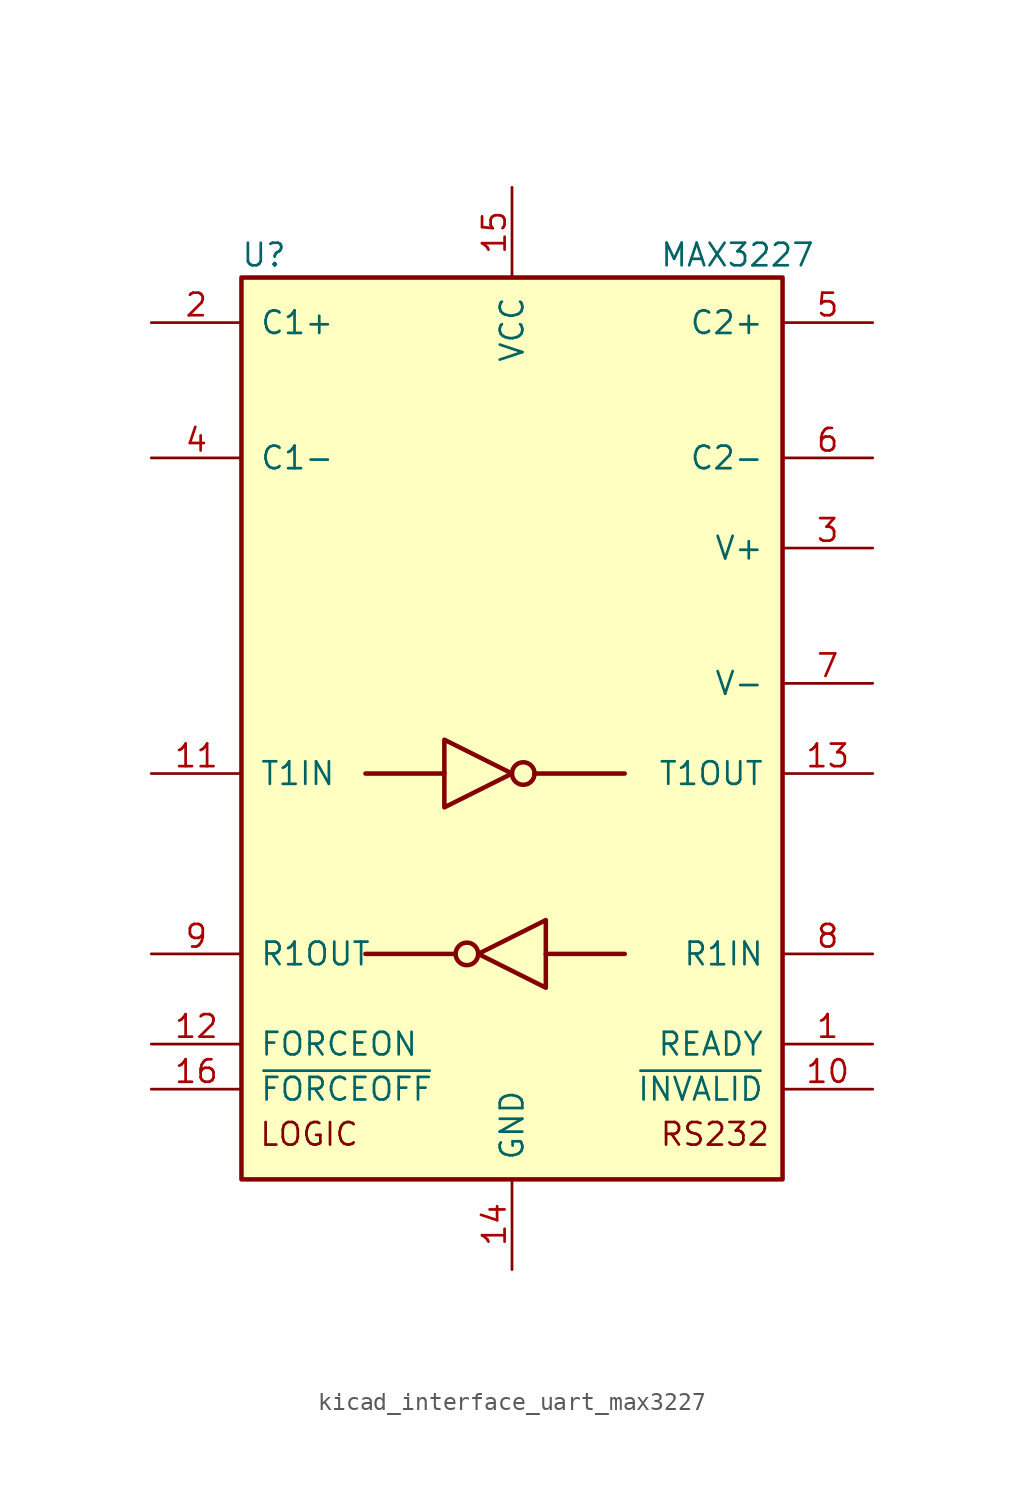
<source format=kicad_sym>
(kicad_symbol_lib
  (version 20220914)
  (generator kicad_symbol_editor)
  (symbol "kicad_interface_uart_max3227"
    (pin_names
      (offset 1.016))
    (property "Reference" "U"
      (at -13.97 26.67 0)
      (effects (font (size 1.27 1.27))))
    (property "Value" "MAX3227"
      (at 12.7 26.67 0)
      (effects (font (size 1.27 1.27))))
    (symbol "kicad_interface_uart_max3227_0_0"
      (text "LOGIC" (at -11.43 -22.86 0) (effects (font (size 1.27 1.27))))
      (text "RS232" (at 11.43 -22.86 0) (effects (font (size 1.27 1.27)))))
    (symbol "kicad_interface_uart_max3227_0_1"
      (rectangle (start -15.24 -25.4) (end 15.24 25.4) (stroke (width 0.254) (type default)) (fill (type background)))
      (circle (center -2.54 -12.7) (radius 0.635) (stroke (width 0.254) (type default)) (fill (type none)))
      (polyline (pts (xy -3.81 -2.54) (xy -8.255 -2.54)) (stroke (width 0.254) (type default)) (fill (type none)))
      (polyline (pts (xy -3.175 -12.7) (xy -8.255 -12.7)) (stroke (width 0.254) (type default)) (fill (type none)))
      (polyline (pts (xy 1.27 -2.54) (xy 6.35 -2.54)) (stroke (width 0.254) (type default)) (fill (type none)))
      (polyline (pts (xy 1.905 -12.7) (xy 6.35 -12.7)) (stroke (width 0.254) (type default)) (fill (type none)))
      (polyline (pts (xy -3.81 -0.635) (xy -3.81 -4.445) (xy 0 -2.54) (xy -3.81 -0.635)) (stroke (width 0.254) (type default)) (fill (type none)))
      (polyline (pts (xy 1.905 -10.795) (xy 1.905 -14.605) (xy -1.905 -12.7) (xy 1.905 -10.795)) (stroke (width 0.254) (type default)) (fill (type none)))
      (circle (center 0.635 -2.54) (radius 0.635) (stroke (width 0.254) (type default)) (fill (type none))))
    (symbol "kicad_interface_uart_max3227_1_1"
      (pin output line (at 20.32 -17.78 180) (length 5.08) (name "READY" (effects (font (size 1.27 1.27)))) (number "1" (effects (font (size 1.27 1.27)))))
      (pin output line (at 20.32 -20.32 180) (length 5.08) (name "~{INVALID}" (effects (font (size 1.27 1.27)))) (number "10" (effects (font (size 1.27 1.27)))))
      (pin input line (at -20.32 -2.54 0) (length 5.08) (name "T1IN" (effects (font (size 1.27 1.27)))) (number "11" (effects (font (size 1.27 1.27)))))
      (pin input line (at -20.32 -17.78 0) (length 5.08) (name "FORCEON" (effects (font (size 1.27 1.27)))) (number "12" (effects (font (size 1.27 1.27)))))
      (pin output line (at 20.32 -2.54 180) (length 5.08) (name "T1OUT" (effects (font (size 1.27 1.27)))) (number "13" (effects (font (size 1.27 1.27)))))
      (pin power_in line (at 0 -30.48 90) (length 5.08) (name "GND" (effects (font (size 1.27 1.27)))) (number "14" (effects (font (size 1.27 1.27)))))
      (pin power_in line (at 0 30.48 270) (length 5.08) (name "VCC" (effects (font (size 1.27 1.27)))) (number "15" (effects (font (size 1.27 1.27)))))
      (pin input line (at -20.32 -20.32 0) (length 5.08) (name "~{FORCEOFF}" (effects (font (size 1.27 1.27)))) (number "16" (effects (font (size 1.27 1.27)))))
      (pin passive line (at -20.32 22.86 0) (length 5.08) (name "C1+" (effects (font (size 1.27 1.27)))) (number "2" (effects (font (size 1.27 1.27)))))
      (pin power_out line (at 20.32 10.16 180) (length 5.08) (name "V+" (effects (font (size 1.27 1.27)))) (number "3" (effects (font (size 1.27 1.27)))))
      (pin passive line (at -20.32 15.24 0) (length 5.08) (name "C1-" (effects (font (size 1.27 1.27)))) (number "4" (effects (font (size 1.27 1.27)))))
      (pin passive line (at 20.32 22.86 180) (length 5.08) (name "C2+" (effects (font (size 1.27 1.27)))) (number "5" (effects (font (size 1.27 1.27)))))
      (pin passive line (at 20.32 15.24 180) (length 5.08) (name "C2-" (effects (font (size 1.27 1.27)))) (number "6" (effects (font (size 1.27 1.27)))))
      (pin power_out line (at 20.32 2.54 180) (length 5.08) (name "V-" (effects (font (size 1.27 1.27)))) (number "7" (effects (font (size 1.27 1.27)))))
      (pin input line (at 20.32 -12.7 180) (length 5.08) (name "R1IN" (effects (font (size 1.27 1.27)))) (number "8" (effects (font (size 1.27 1.27)))))
      (pin output line (at -20.32 -12.7 0) (length 5.08) (name "R1OUT" (effects (font (size 1.27 1.27)))) (number "9" (effects (font (size 1.27 1.27))))))))
</source>
